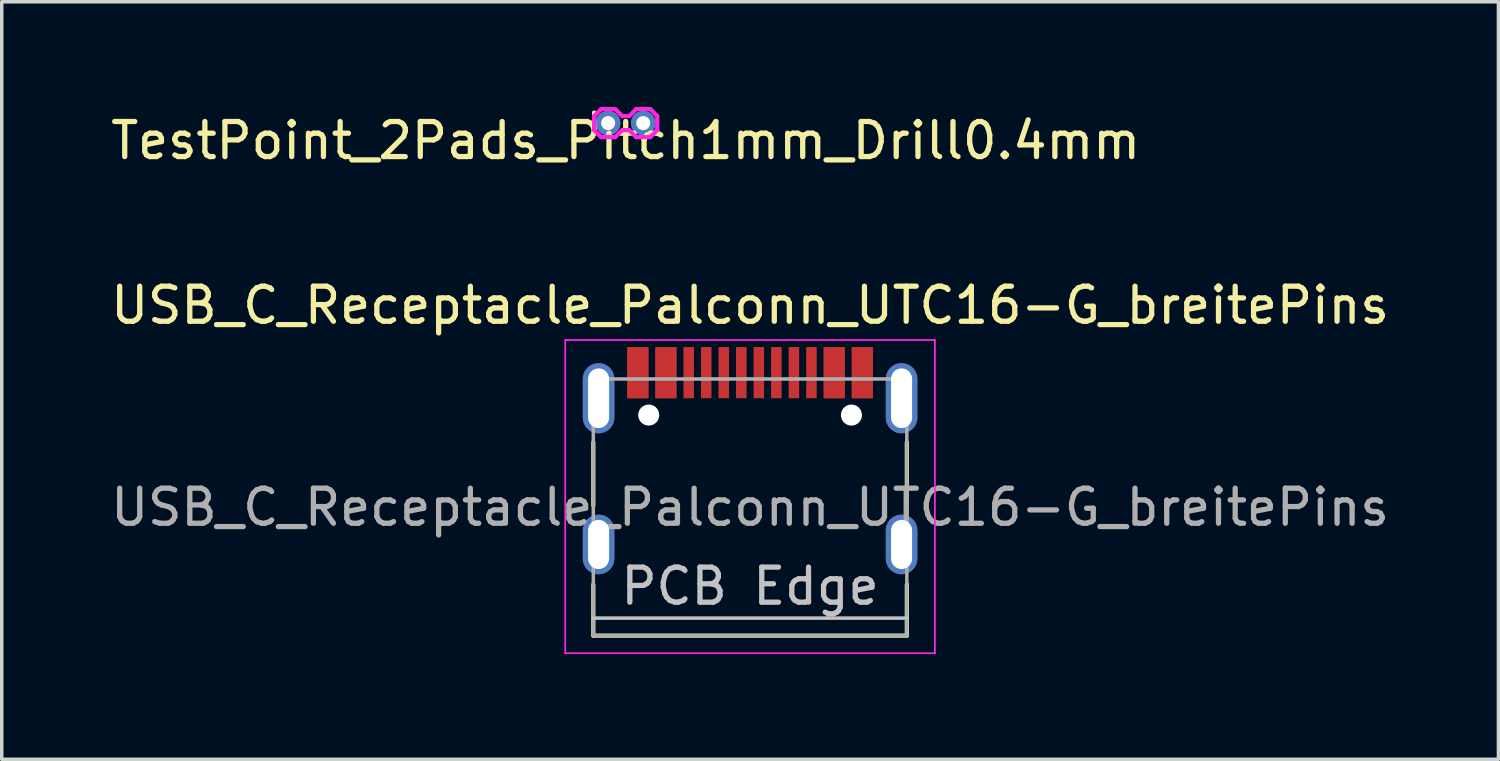
<source format=kicad_pcb>
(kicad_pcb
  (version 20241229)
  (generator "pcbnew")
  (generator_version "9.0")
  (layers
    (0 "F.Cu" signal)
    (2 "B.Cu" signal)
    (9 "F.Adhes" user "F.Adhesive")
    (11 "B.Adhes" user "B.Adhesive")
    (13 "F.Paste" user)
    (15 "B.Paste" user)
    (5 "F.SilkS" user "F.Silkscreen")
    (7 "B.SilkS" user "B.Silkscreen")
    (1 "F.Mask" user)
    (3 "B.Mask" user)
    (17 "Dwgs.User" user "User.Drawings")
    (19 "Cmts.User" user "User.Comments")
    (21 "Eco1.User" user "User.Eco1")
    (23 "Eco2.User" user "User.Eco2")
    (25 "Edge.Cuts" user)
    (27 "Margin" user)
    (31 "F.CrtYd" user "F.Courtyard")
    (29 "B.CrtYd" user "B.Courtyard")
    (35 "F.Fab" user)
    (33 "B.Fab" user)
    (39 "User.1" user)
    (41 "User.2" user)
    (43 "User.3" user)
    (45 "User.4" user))
  (footprint "USB_C_Receptacle_Palconn_UTC16-G_breitePins"
    (layer "F.Cu")
    (at 18.339 10.236)
    (property "Reference" "USB_C_Receptacle_Palconn_UTC16-G_breitePins" (at 0 -4.58 0) (layer "F.SilkS") (effects (font (size 1 1) (thickness 0.15))))
    (attr smd)
    (fp_line (start -4.47 -0.67) (end -4.47 1.13) (stroke (width 0.12) (type solid)) (layer "F.SilkS"))
    (fp_line (start -4.47 4.84) (end -4.47 3.38) (stroke (width 0.12) (type solid)) (layer "F.SilkS"))
    (fp_line (start 4.47 -0.67) (end 4.47 1.13) (stroke (width 0.12) (type solid)) (layer "F.SilkS"))
    (fp_line (start 4.47 4.84) (end -4.47 4.84) (stroke (width 0.12) (type solid)) (layer "F.SilkS"))
    (fp_line (start 4.47 4.84) (end 4.47 3.38) (stroke (width 0.12) (type solid)) (layer "F.SilkS"))
    (fp_line (start -4.47 4.34) (end 4.47 4.34) (stroke (width 0.1) (type solid)) (layer "Dwgs.User"))
    (fp_line (start -5.27 -3.59) (end -5.27 5.34) (stroke (width 0.05) (type solid)) (layer "F.CrtYd"))
    (fp_line (start -5.27 5.34) (end 5.27 5.34) (stroke (width 0.05) (type solid)) (layer "F.CrtYd"))
    (fp_line (start 5.27 -3.59) (end -5.27 -3.59) (stroke (width 0.05) (type solid)) (layer "F.CrtYd"))
    (fp_line (start 5.27 5.34) (end 5.27 -3.59) (stroke (width 0.05) (type solid)) (layer "F.CrtYd"))
    (fp_line (start -4.47 -2.48) (end -4.47 4.84) (stroke (width 0.1) (type solid)) (layer "F.Fab"))
    (fp_line (start -4.47 -2.48) (end 4.47 -2.48) (stroke (width 0.1) (type solid)) (layer "F.Fab"))
    (fp_line (start 4.47 -2.48) (end 4.47 4.84) (stroke (width 0.1) (type solid)) (layer "F.Fab"))
    (fp_line (start 4.47 4.84) (end -4.47 4.84) (stroke (width 0.1) (type solid)) (layer "F.Fab"))
    (fp_text user "PCB Edge" (at 0 3.43 0) (layer "Dwgs.User") (effects (font (size 1 1) (thickness 0.15))))
    (fp_text user "${REFERENCE}" (at 0 1.18 0) (layer "F.Fab") (effects (font (size 1 1) (thickness 0.15))))
    (pad "" np_thru_hole circle (at -2.89 -1.45 180) (size 0.6 0.6) (drill 0.6) (layers "*.Cu" "*.Mask"))
    (pad "" np_thru_hole circle (at 2.89 -1.45 180) (size 0.6 0.6) (drill 0.6) (layers "*.Cu" "*.Mask"))
    (pad "A1" smd rect (at -3.2 -2.66) (size 0.6 1.46) (layers "F.Cu" "F.Mask" "F.Paste"))
    (pad "A4" smd rect (at -2.4 -2.66) (size 0.6 1.46) (layers "F.Cu" "F.Mask" "F.Paste"))
    (pad "A5" smd rect (at -1.25 -2.66 180) (size 0.3 1.46) (layers "F.Cu" "F.Mask" "F.Paste"))
    (pad "A6" smd rect (at -0.25 -2.66 180) (size 0.3 1.46) (layers "F.Cu" "F.Mask" "F.Paste"))
    (pad "A7" smd rect (at 0.25 -2.66 180) (size 0.3 1.46) (layers "F.Cu" "F.Mask" "F.Paste"))
    (pad "A8" smd rect (at 1.25 -2.66 180) (size 0.3 1.46) (layers "F.Cu" "F.Mask" "F.Paste"))
    (pad "A9" smd rect (at 2.4 -2.66) (size 0.6 1.46) (layers "F.Cu" "F.Mask" "F.Paste"))
    (pad "A12" smd rect (at 3.2 -2.66) (size 0.6 1.46) (layers "F.Cu" "F.Mask" "F.Paste"))
    (pad "B1" smd rect (at 3.2 -2.66) (size 0.6 1.46) (layers "F.Cu" "F.Mask" "F.Paste"))
    (pad "B4" smd rect (at 2.4 -2.66) (size 0.6 1.46) (layers "F.Cu" "F.Mask" "F.Paste"))
    (pad "B5" smd rect (at 1.75 -2.66 180) (size 0.3 1.46) (layers "F.Cu" "F.Mask" "F.Paste"))
    (pad "B6" smd rect (at 0.75 -2.66 180) (size 0.3 1.46) (layers "F.Cu" "F.Mask" "F.Paste"))
    (pad "B7" smd rect (at -0.75 -2.66 180) (size 0.3 1.46) (layers "F.Cu" "F.Mask" "F.Paste"))
    (pad "B8" smd rect (at -1.75 -2.66 180) (size 0.3 1.46) (layers "F.Cu" "F.Mask" "F.Paste"))
    (pad "B9" smd rect (at -2.4 -2.66) (size 0.6 1.46) (layers "F.Cu" "F.Mask" "F.Paste"))
    (pad "B12" smd rect (at -3.2 -2.66) (size 0.6 1.46) (layers "F.Cu" "F.Mask" "F.Paste"))
    (pad "S1" thru_hole oval (at -4.32 -1.93 90) (size 2 0.9) (drill oval 1.7 0.6) (layers "*.Cu" "*.Mask"))
    (pad "S1" thru_hole oval (at -4.32 2.24 90) (size 1.7 0.9) (drill oval 1.4 0.6) (layers "*.Cu" "*.Mask"))
    (pad "S1" thru_hole oval (at 4.32 -1.93 90) (size 2 0.9) (drill oval 1.7 0.6) (layers "*.Cu" "*.Mask"))
    (pad "S1" thru_hole oval (at 4.32 2.24 90) (size 1.7 0.9) (drill oval 1.4 0.6) (layers "*.Cu" "*.Mask")))
  (footprint "TestPoint_2Pads_Pitch1mm_Drill0.4mm"
    (layer "F.Cu")
    (at 14.792 0.46)
    (property "Reference" "TestPoint_2Pads_Pitch1mm_Drill0.4mm" (at 0 0.5 0) (layer "F.SilkS") (effects (font (size 1 1) (thickness 0.15))))
    (attr through_hole)
    (fp_line (start -0.9 -0.3) (end -0.9 0.3) (stroke (width 0.12) (type solid)) (layer "F.SilkS"))
    (fp_line (start -0.9 -0.2) (end -0.7 -0.4) (stroke (width 0.12) (type solid)) (layer "F.CrtYd"))
    (fp_line (start -0.9 0.2) (end -0.9 -0.2) (stroke (width 0.12) (type solid)) (layer "F.CrtYd"))
    (fp_line (start -0.7 -0.4) (end -0.4 -0.4) (stroke (width 0.12) (type solid)) (layer "F.CrtYd"))
    (fp_line (start -0.7 0.4) (end -0.9 0.2) (stroke (width 0.12) (type solid)) (layer "F.CrtYd"))
    (fp_line (start -0.4 -0.4) (end -0.3 -0.4) (stroke (width 0.12) (type solid)) (layer "F.CrtYd"))
    (fp_line (start -0.3 -0.4) (end -0.1 -0.2) (stroke (width 0.12) (type solid)) (layer "F.CrtYd"))
    (fp_line (start -0.3 0.4) (end -0.7 0.4) (stroke (width 0.12) (type solid)) (layer "F.CrtYd"))
    (fp_line (start -0.1 -0.2) (end 0.1 -0.2) (stroke (width 0.12) (type solid)) (layer "F.CrtYd"))
    (fp_line (start -0.1 0.2) (end -0.3 0.4) (stroke (width 0.12) (type solid)) (layer "F.CrtYd"))
    (fp_line (start 0.1 -0.2) (end 0.3 -0.4) (stroke (width 0.12) (type solid)) (layer "F.CrtYd"))
    (fp_line (start 0.1 0.2) (end -0.1 0.2) (stroke (width 0.12) (type solid)) (layer "F.CrtYd"))
    (fp_line (start 0.3 -0.4) (end 0.7 -0.4) (stroke (width 0.12) (type solid)) (layer "F.CrtYd"))
    (fp_line (start 0.3 0.4) (end 0.1 0.2) (stroke (width 0.12) (type solid)) (layer "F.CrtYd"))
    (fp_line (start 0.7 -0.4) (end 0.9 -0.2) (stroke (width 0.12) (type solid)) (layer "F.CrtYd"))
    (fp_line (start 0.7 0.4) (end 0.3 0.4) (stroke (width 0.12) (type solid)) (layer "F.CrtYd"))
    (fp_line (start 0.9 -0.2) (end 0.9 0.1) (stroke (width 0.12) (type solid)) (layer "F.CrtYd"))
    (fp_line (start 0.9 0.1) (end 0.9 0.2) (stroke (width 0.12) (type solid)) (layer "F.CrtYd"))
    (fp_line (start 0.9 0.2) (end 0.7 0.4) (stroke (width 0.12) (type solid)) (layer "F.CrtYd"))
    (pad "1" thru_hole circle (at -0.5 0) (size 0.7 0.7) (drill 0.4) (layers "*.Cu" "*.Mask"))
    (pad "2" thru_hole circle (at 0.5 0) (size 0.7 0.7) (drill 0.4) (layers "*.Cu" "*.Mask")))
  (gr_rect
    (start -3 -3)
    (end 39.679 18.602)
    (stroke (width 0.1) (type default))
    (fill no)
    (layer "Edge.Cuts")))
</source>
